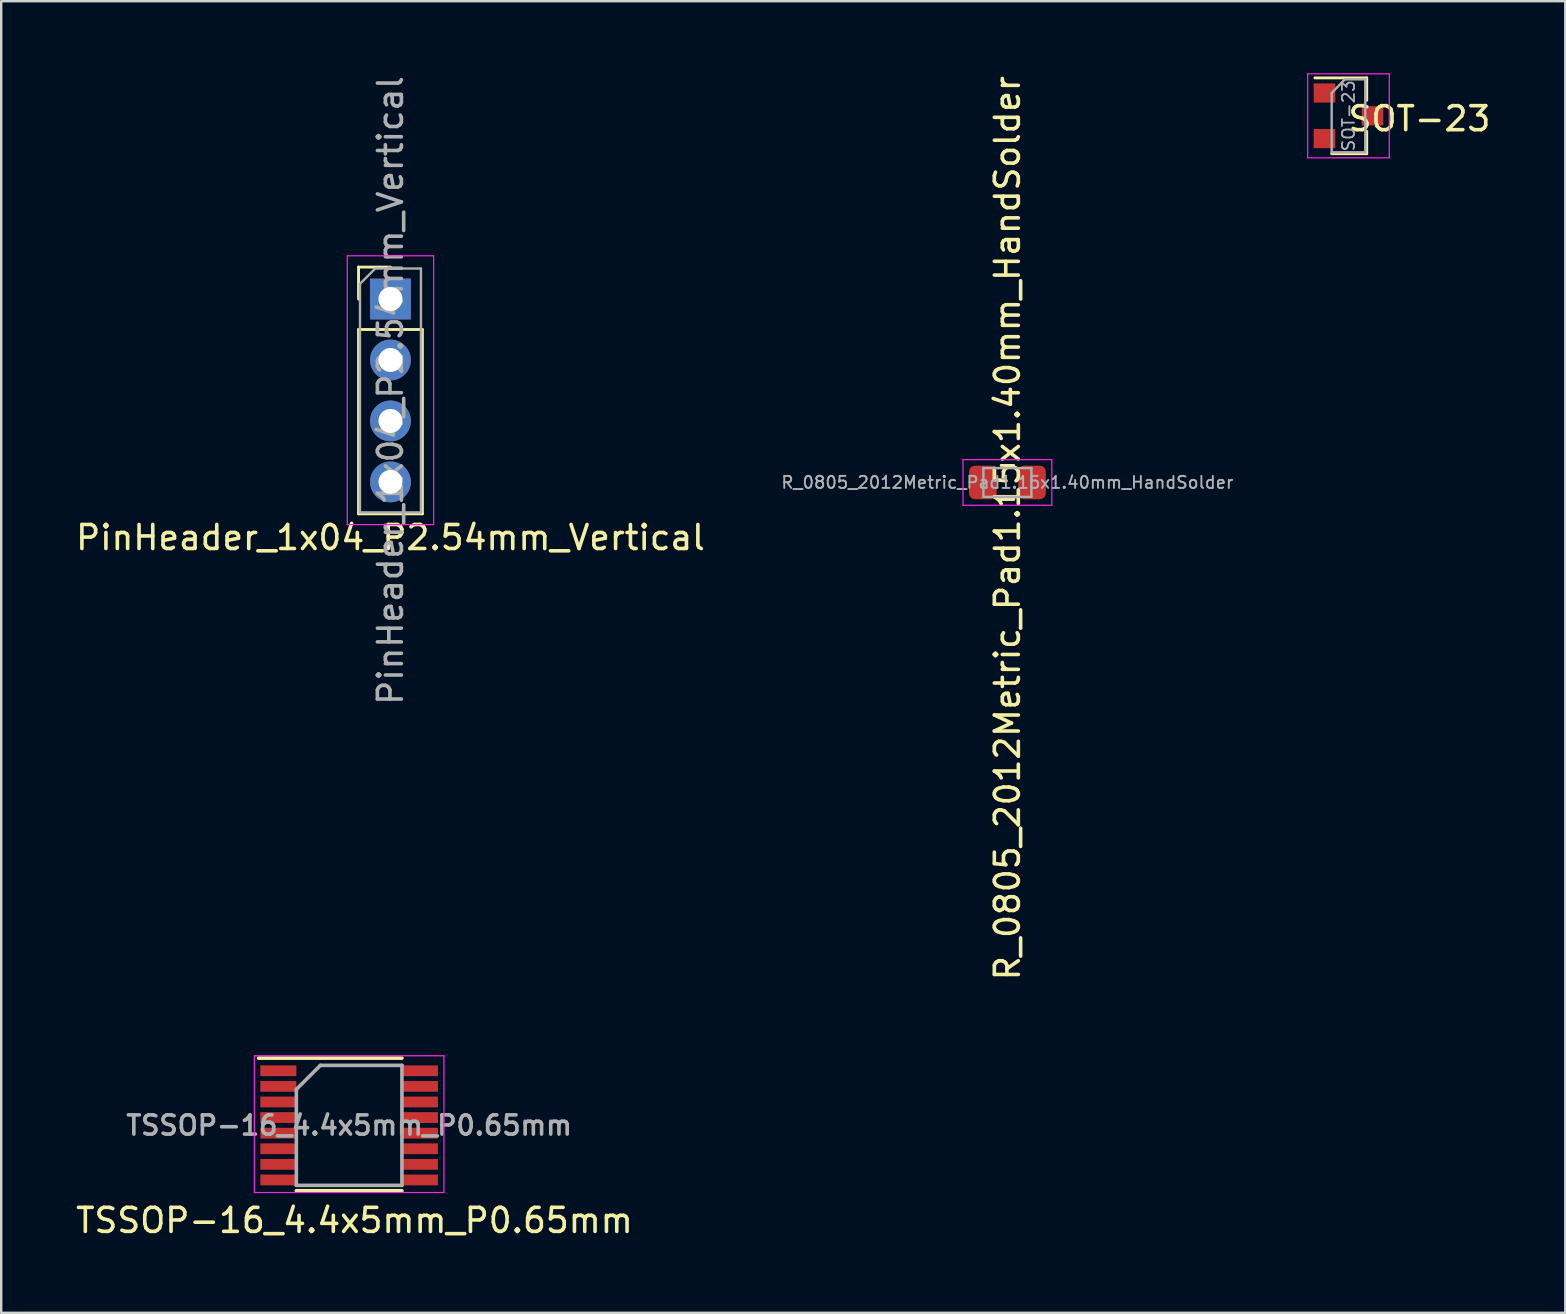
<source format=kicad_pcb>
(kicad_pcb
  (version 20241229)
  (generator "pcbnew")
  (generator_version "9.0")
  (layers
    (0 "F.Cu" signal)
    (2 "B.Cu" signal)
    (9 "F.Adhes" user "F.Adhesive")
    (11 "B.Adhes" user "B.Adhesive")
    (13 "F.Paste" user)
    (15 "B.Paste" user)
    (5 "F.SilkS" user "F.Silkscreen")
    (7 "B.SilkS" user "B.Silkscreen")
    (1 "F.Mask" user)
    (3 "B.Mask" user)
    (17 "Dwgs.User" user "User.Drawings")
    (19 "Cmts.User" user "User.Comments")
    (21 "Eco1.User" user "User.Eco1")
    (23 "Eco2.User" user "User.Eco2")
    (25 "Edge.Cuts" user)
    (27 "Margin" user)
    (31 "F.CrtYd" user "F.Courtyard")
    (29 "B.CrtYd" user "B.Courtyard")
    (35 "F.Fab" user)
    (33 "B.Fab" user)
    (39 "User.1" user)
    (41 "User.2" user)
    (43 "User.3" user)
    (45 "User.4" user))
  (footprint "SOT-23"
    (layer "F.Cu")
    (at 53.139 1.775)
    (property "Reference" "SOT-23" (at 2.956 0.122 0) (layer "F.SilkS") (effects (font (size 1 1) (thickness 0.15))))
    (attr smd)
    (fp_line (start 0.76 -1.58) (end -1.4 -1.58) (stroke (width 0.12) (type solid)) (layer "F.SilkS"))
    (fp_line (start 0.76 -1.58) (end 0.76 -0.65) (stroke (width 0.12) (type solid)) (layer "F.SilkS"))
    (fp_line (start 0.76 1.58) (end -0.7 1.58) (stroke (width 0.12) (type solid)) (layer "F.SilkS"))
    (fp_line (start 0.76 1.58) (end 0.76 0.65) (stroke (width 0.12) (type solid)) (layer "F.SilkS"))
    (fp_line (start -1.7 -1.75) (end 1.7 -1.75) (stroke (width 0.05) (type solid)) (layer "F.CrtYd"))
    (fp_line (start -1.7 1.75) (end -1.7 -1.75) (stroke (width 0.05) (type solid)) (layer "F.CrtYd"))
    (fp_line (start 1.7 -1.75) (end 1.7 1.75) (stroke (width 0.05) (type solid)) (layer "F.CrtYd"))
    (fp_line (start 1.7 1.75) (end -1.7 1.75) (stroke (width 0.05) (type solid)) (layer "F.CrtYd"))
    (fp_line (start -0.7 -0.95) (end -0.7 1.5) (stroke (width 0.1) (type solid)) (layer "F.Fab"))
    (fp_line (start -0.7 -0.95) (end -0.15 -1.52) (stroke (width 0.1) (type solid)) (layer "F.Fab"))
    (fp_line (start -0.7 1.52) (end 0.7 1.52) (stroke (width 0.1) (type solid)) (layer "F.Fab"))
    (fp_line (start -0.15 -1.52) (end 0.7 -1.52) (stroke (width 0.1) (type solid)) (layer "F.Fab"))
    (fp_line (start 0.7 -1.52) (end 0.7 1.52) (stroke (width 0.1) (type solid)) (layer "F.Fab"))
    (fp_text user "${REFERENCE}" (at 0 0 90) (layer "F.Fab") (effects (font (size 0.5 0.5) (thickness 0.075))))
    (pad "1" smd rect (at -1 -0.95) (size 0.9 0.8) (layers "F.Cu" "F.Mask" "F.Paste"))
    (pad "2" smd rect (at -1 0.95) (size 0.9 0.8) (layers "F.Cu" "F.Mask" "F.Paste"))
    (pad "3" smd rect (at 1 0) (size 0.9 0.8) (layers "F.Cu" "F.Mask" "F.Paste")))
  (footprint "R_0805_2012Metric_Pad1.15x1.40mm_HandSolder"
    (layer "F.Cu")
    (at 38.927 17.053)
    (property "Reference" "R_0805_2012Metric_Pad1.15x1.40mm_HandSolder" (at 0 1.905 270) (layer "F.SilkS") (effects (font (size 1 1) (thickness 0.15))))
    (attr smd)
    (fp_line (start -0.261 -0.71) (end 0.261 -0.71) (stroke (width 0.12) (type solid)) (layer "F.SilkS"))
    (fp_line (start -0.261 0.71) (end 0.261 0.71) (stroke (width 0.12) (type solid)) (layer "F.SilkS"))
    (fp_line (start -1.85 -0.95) (end 1.85 -0.95) (stroke (width 0.05) (type solid)) (layer "F.CrtYd"))
    (fp_line (start -1.85 0.95) (end -1.85 -0.95) (stroke (width 0.05) (type solid)) (layer "F.CrtYd"))
    (fp_line (start 1.85 -0.95) (end 1.85 0.95) (stroke (width 0.05) (type solid)) (layer "F.CrtYd"))
    (fp_line (start 1.85 0.95) (end -1.85 0.95) (stroke (width 0.05) (type solid)) (layer "F.CrtYd"))
    (fp_line (start -1 -0.6) (end 1 -0.6) (stroke (width 0.1) (type solid)) (layer "F.Fab"))
    (fp_line (start -1 0.6) (end -1 -0.6) (stroke (width 0.1) (type solid)) (layer "F.Fab"))
    (fp_line (start 1 -0.6) (end 1 0.6) (stroke (width 0.1) (type solid)) (layer "F.Fab"))
    (fp_line (start 1 0.6) (end -1 0.6) (stroke (width 0.1) (type solid)) (layer "F.Fab"))
    (fp_text user "${REFERENCE}" (at 0 0 0) (layer "F.Fab") (effects (font (size 0.5 0.5) (thickness 0.08))))
    (pad "1" smd roundrect (at -1.025 0) (size 1.15 1.4) (layers "F.Cu" "F.Mask" "F.Paste") (roundrect_rratio 0.217))
    (pad "2" smd roundrect (at 1.025 0) (size 1.15 1.4) (layers "F.Cu" "F.Mask" "F.Paste") (roundrect_rratio 0.217)))
  (footprint "TSSOP-16_4.4x5mm_P0.65mm"
    (layer "F.Cu")
    (at 11.498 43.842)
    (property "Reference" "TSSOP-16_4.4x5mm_P0.65mm" (at 0.222 3.962 0) (layer "F.SilkS") (effects (font (size 1 1) (thickness 0.15))))
    (attr smd)
    (fp_line (start -3.775 -2.8) (end 2.2 -2.8) (stroke (width 0.15) (type solid)) (layer "F.SilkS"))
    (fp_line (start -2.2 2.725) (end 2.2 2.725) (stroke (width 0.15) (type solid)) (layer "F.SilkS"))
    (fp_line (start -3.95 -2.9) (end -3.95 2.8) (stroke (width 0.05) (type solid)) (layer "F.CrtYd"))
    (fp_line (start -3.95 -2.9) (end 3.95 -2.9) (stroke (width 0.05) (type solid)) (layer "F.CrtYd"))
    (fp_line (start -3.95 2.8) (end 3.95 2.8) (stroke (width 0.05) (type solid)) (layer "F.CrtYd"))
    (fp_line (start 3.95 -2.9) (end 3.95 2.8) (stroke (width 0.05) (type solid)) (layer "F.CrtYd"))
    (fp_line (start -2.2 -1.5) (end -1.2 -2.5) (stroke (width 0.15) (type solid)) (layer "F.Fab"))
    (fp_line (start -2.2 2.5) (end -2.2 -1.5) (stroke (width 0.15) (type solid)) (layer "F.Fab"))
    (fp_line (start -1.2 -2.5) (end 2.2 -2.5) (stroke (width 0.15) (type solid)) (layer "F.Fab"))
    (fp_line (start 2.2 -2.5) (end 2.2 2.5) (stroke (width 0.15) (type solid)) (layer "F.Fab"))
    (fp_line (start 2.2 2.5) (end -2.2 2.5) (stroke (width 0.15) (type solid)) (layer "F.Fab"))
    (fp_text user "${REFERENCE}" (at 0 0 0) (layer "F.Fab") (effects (font (size 0.8 0.8) (thickness 0.15))))
    (pad "1" smd rect (at -2.95 -2.275) (size 1.5 0.45) (layers "F.Cu" "F.Mask" "F.Paste"))
    (pad "2" smd rect (at -2.95 -1.625) (size 1.5 0.45) (layers "F.Cu" "F.Mask" "F.Paste"))
    (pad "3" smd rect (at -2.95 -0.975) (size 1.5 0.45) (layers "F.Cu" "F.Mask" "F.Paste"))
    (pad "4" smd rect (at -2.95 -0.325) (size 1.5 0.45) (layers "F.Cu" "F.Mask" "F.Paste"))
    (pad "5" smd rect (at -2.95 0.325) (size 1.5 0.45) (layers "F.Cu" "F.Mask" "F.Paste"))
    (pad "6" smd rect (at -2.95 0.975) (size 1.5 0.45) (layers "F.Cu" "F.Mask" "F.Paste"))
    (pad "7" smd rect (at -2.95 1.625) (size 1.5 0.45) (layers "F.Cu" "F.Mask" "F.Paste"))
    (pad "8" smd rect (at -2.95 2.275) (size 1.5 0.45) (layers "F.Cu" "F.Mask" "F.Paste"))
    (pad "9" smd rect (at 2.95 2.275) (size 1.5 0.45) (layers "F.Cu" "F.Mask" "F.Paste"))
    (pad "10" smd rect (at 2.95 1.625) (size 1.5 0.45) (layers "F.Cu" "F.Mask" "F.Paste"))
    (pad "11" smd rect (at 2.95 0.975) (size 1.5 0.45) (layers "F.Cu" "F.Mask" "F.Paste"))
    (pad "12" smd rect (at 2.95 0.325) (size 1.5 0.45) (layers "F.Cu" "F.Mask" "F.Paste"))
    (pad "13" smd rect (at 2.95 -0.325) (size 1.5 0.45) (layers "F.Cu" "F.Mask" "F.Paste"))
    (pad "14" smd rect (at 2.95 -0.975) (size 1.5 0.45) (layers "F.Cu" "F.Mask" "F.Paste"))
    (pad "15" smd rect (at 2.95 -1.625) (size 1.5 0.45) (layers "F.Cu" "F.Mask" "F.Paste"))
    (pad "16" smd rect (at 2.95 -2.275) (size 1.5 0.45) (layers "F.Cu" "F.Mask" "F.Paste")))
  (footprint "PinHeader_1x04_P2.54mm_Vertical"
    (layer "F.Cu")
    (at 13.22 9.41)
    (property "Reference" "PinHeader_1x04_P2.54mm_Vertical" (at 0 9.94 0) (layer "F.SilkS") (effects (font (size 1 1) (thickness 0.15))))
    (attr through_hole)
    (fp_line (start -1.33 -1.33) (end 0 -1.33) (stroke (width 0.12) (type solid)) (layer "F.SilkS"))
    (fp_line (start -1.33 0) (end -1.33 -1.33) (stroke (width 0.12) (type solid)) (layer "F.SilkS"))
    (fp_line (start -1.33 1.27) (end -1.33 8.95) (stroke (width 0.12) (type solid)) (layer "F.SilkS"))
    (fp_line (start -1.33 1.27) (end 1.33 1.27) (stroke (width 0.12) (type solid)) (layer "F.SilkS"))
    (fp_line (start -1.33 8.95) (end 1.33 8.95) (stroke (width 0.12) (type solid)) (layer "F.SilkS"))
    (fp_line (start 1.33 1.27) (end 1.33 8.95) (stroke (width 0.12) (type solid)) (layer "F.SilkS"))
    (fp_line (start -1.8 -1.8) (end -1.8 9.4) (stroke (width 0.05) (type solid)) (layer "F.CrtYd"))
    (fp_line (start -1.8 9.4) (end 1.8 9.4) (stroke (width 0.05) (type solid)) (layer "F.CrtYd"))
    (fp_line (start 1.8 -1.8) (end -1.8 -1.8) (stroke (width 0.05) (type solid)) (layer "F.CrtYd"))
    (fp_line (start 1.8 9.4) (end 1.8 -1.8) (stroke (width 0.05) (type solid)) (layer "F.CrtYd"))
    (fp_line (start -1.27 -0.635) (end -0.635 -1.27) (stroke (width 0.1) (type solid)) (layer "F.Fab"))
    (fp_line (start -1.27 8.89) (end -1.27 -0.635) (stroke (width 0.1) (type solid)) (layer "F.Fab"))
    (fp_line (start -0.635 -1.27) (end 1.27 -1.27) (stroke (width 0.1) (type solid)) (layer "F.Fab"))
    (fp_line (start 1.27 -1.27) (end 1.27 8.89) (stroke (width 0.1) (type solid)) (layer "F.Fab"))
    (fp_line (start 1.27 8.89) (end -1.27 8.89) (stroke (width 0.1) (type solid)) (layer "F.Fab"))
    (fp_text user "${REFERENCE}" (at 0 3.81 90) (layer "F.Fab") (effects (font (size 1 1) (thickness 0.15))))
    (pad "1" thru_hole rect (at 0 0) (size 1.7 1.7) (drill 1) (layers "*.Cu" "*.Mask"))
    (pad "2" thru_hole oval (at 0 2.54) (size 1.7 1.7) (drill 1) (layers "*.Cu" "*.Mask"))
    (pad "3" thru_hole oval (at 0 5.08) (size 1.7 1.7) (drill 1) (layers "*.Cu" "*.Mask"))
    (pad "4" thru_hole oval (at 0 7.62) (size 1.7 1.7) (drill 1) (layers "*.Cu" "*.Mask")))
  (gr_rect
    (start -3 -3)
    (end 62.172 51.652)
    (stroke (width 0.1) (type default))
    (fill no)
    (layer "Edge.Cuts")))
</source>
